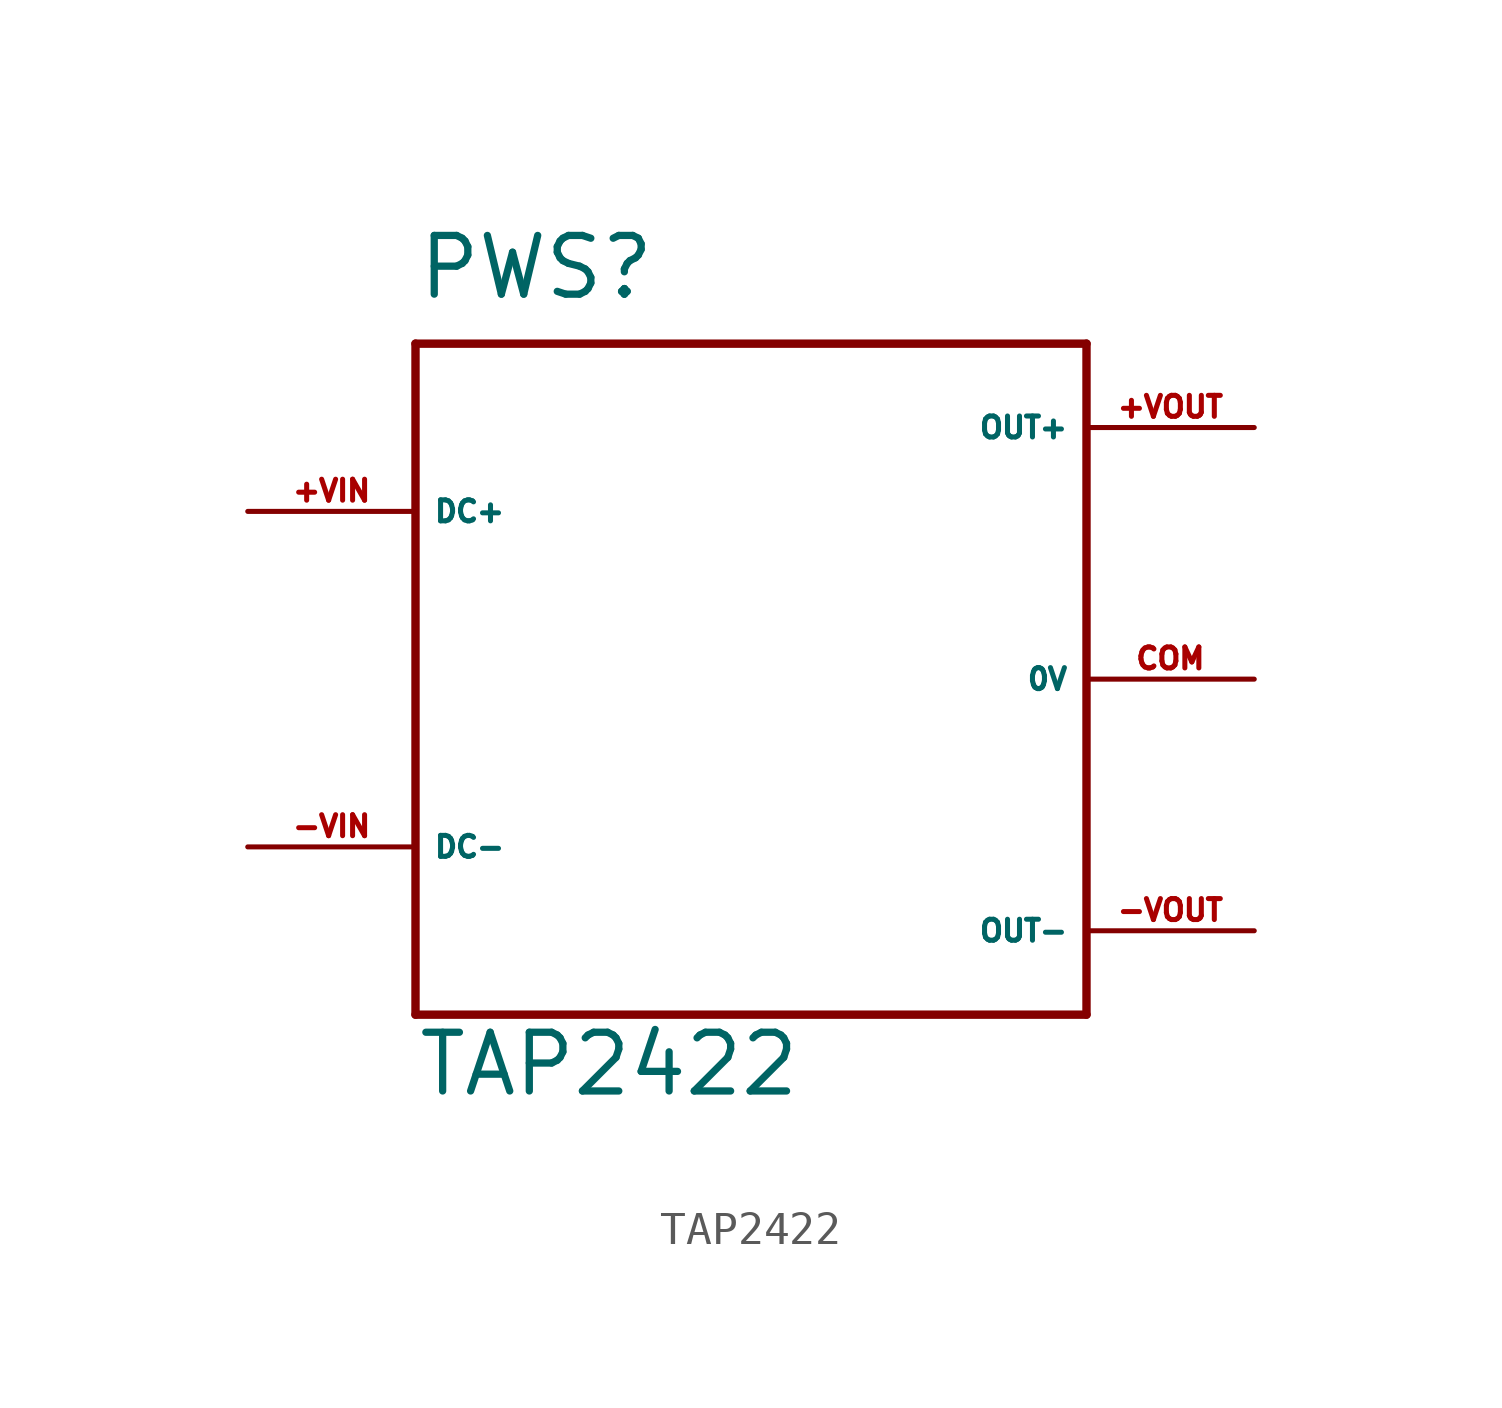
<source format=kicad_sym>
(kicad_symbol_lib
  (version 20220914)
  (generator Eagle2Kicad)
  (symbol "TAP2422"
    (property "Reference" "PWS"
      (at -10.16 11.43 0)
      (effects (font (size 1.778 1.778) (thickness 0.22)) (justify left bottom)))
    (property "Value" "TAP2422"
      (at -10.16 -12.7 0)
      (effects (font (size 1.778 1.778) (thickness 0.22)) (justify left bottom)))
    (polyline
      (pts (xy -10.16 10.16) (xy 10.16 10.16))
      (stroke (width 0.254) (type default))
      (fill (type none)))
    (polyline
      (pts (xy 10.16 10.16) (xy 10.16 -10.16))
      (stroke (width 0.254) (type default))
      (fill (type none)))
    (polyline
      (pts (xy 10.16 -10.16) (xy -10.16 -10.16))
      (stroke (width 0.254) (type default))
      (fill (type none)))
    (polyline
      (pts (xy -10.16 -10.16) (xy -10.16 10.16))
      (stroke (width 0.254) (type default))
      (fill (type none)))
    (pin input line
      (at -15.24 5.08 0)
      (length 5.08)
      (name "DC+" (effects (font (size 0.635 0.635) (thickness 0.08)) (justify left bottom)))
      (number "+VIN" (effects (font (size 0.635 0.635) (thickness 0.08)) (justify left bottom))))
    (pin input line
      (at -15.24 -5.08 0)
      (length 5.08)
      (name "DC-" (effects (font (size 0.635 0.635) (thickness 0.08)) (justify left bottom)))
      (number "-VIN" (effects (font (size 0.635 0.635) (thickness 0.08)) (justify left bottom))))
    (pin passive line
      (at 15.24 7.62 180)
      (length 5.08)
      (name "OUT+" (effects (font (size 0.635 0.635) (thickness 0.08)) (justify left bottom)))
      (number "+VOUT" (effects (font (size 0.635 0.635) (thickness 0.08)) (justify left bottom))))
    (pin passive line
      (at 15.24 0 180)
      (length 5.08)
      (name "0V" (effects (font (size 0.635 0.635) (thickness 0.08)) (justify left bottom)))
      (number "COM" (effects (font (size 0.635 0.635) (thickness 0.08)) (justify left bottom))))
    (pin passive line
      (at 15.24 -7.62 180)
      (length 5.08)
      (name "OUT-" (effects (font (size 0.635 0.635) (thickness 0.08)) (justify left bottom)))
      (number "-VOUT" (effects (font (size 0.635 0.635) (thickness 0.08)) (justify left bottom))))))
</source>
